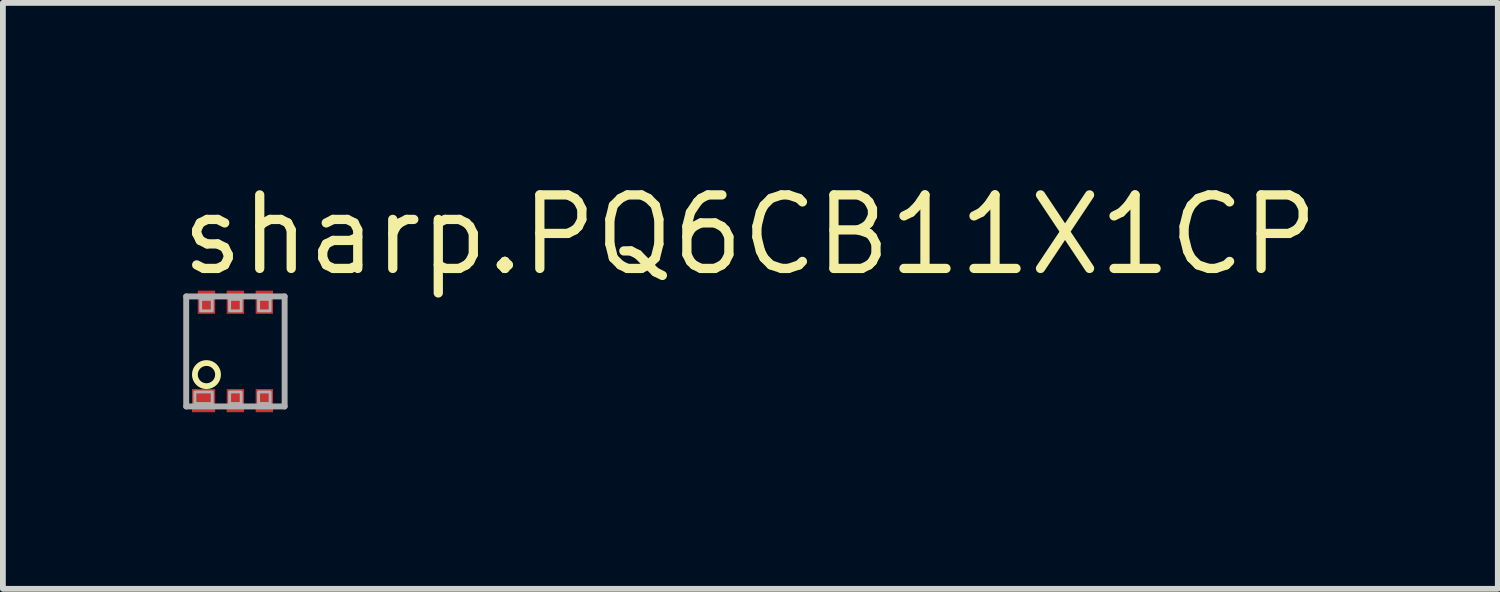
<source format=kicad_pcb>
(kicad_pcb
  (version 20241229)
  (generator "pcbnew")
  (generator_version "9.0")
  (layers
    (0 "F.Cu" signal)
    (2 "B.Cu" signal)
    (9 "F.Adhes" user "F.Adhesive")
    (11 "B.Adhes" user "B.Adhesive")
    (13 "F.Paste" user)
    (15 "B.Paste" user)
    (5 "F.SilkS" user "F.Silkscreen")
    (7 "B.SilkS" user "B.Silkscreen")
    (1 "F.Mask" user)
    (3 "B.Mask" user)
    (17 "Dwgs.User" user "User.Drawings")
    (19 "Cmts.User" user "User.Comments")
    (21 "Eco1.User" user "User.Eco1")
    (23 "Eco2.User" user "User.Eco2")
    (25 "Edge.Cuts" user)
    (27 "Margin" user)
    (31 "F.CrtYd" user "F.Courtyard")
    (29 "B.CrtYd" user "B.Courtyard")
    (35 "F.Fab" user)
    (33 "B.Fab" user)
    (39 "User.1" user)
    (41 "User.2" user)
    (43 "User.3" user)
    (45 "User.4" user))
  (footprint "sharp.PQ6CB11X1CP"
    (layer "F.Cu")
    (at 1.016 3.02)
    (property "Reference" "sharp.PQ6CB11X1CP" (at -1.016 -1.27 0) (layer "F.SilkS") (effects (font (size 1.27 1.27) (thickness 0.16)) (justify left bottom)))
    (attr smd)
    (fp_rect (start -0.775 1.075) (end -0.325 0.625) (stroke (width 0.05) (type default)) (fill yes) (layer "F.Mask"))
    (fp_rect (start -0.675 -0.625) (end -0.325 -1.075) (stroke (width 0.05) (type default)) (fill yes) (layer "F.Mask"))
    (fp_rect (start -0.175 -0.625) (end 0.175 -1.075) (stroke (width 0.05) (type default)) (fill yes) (layer "F.Mask"))
    (fp_rect (start -0.175 1.075) (end 0.175 0.625) (stroke (width 0.05) (type default)) (fill yes) (layer "F.Mask"))
    (fp_rect (start 0.325 -0.625) (end 0.675 -1.075) (stroke (width 0.05) (type default)) (fill yes) (layer "F.Mask"))
    (fp_rect (start 0.325 1.075) (end 0.675 0.625) (stroke (width 0.05) (type default)) (fill yes) (layer "F.Mask"))
    (fp_circle (center -0.5 0.4) (end -0.3 0.4) (stroke (width 0.1) (type default)) (fill no) (layer "F.SilkS"))
    (fp_rect (start -0.725 1.025) (end -0.375 0.675) (stroke (width 0.05) (type default)) (fill yes) (layer "F.Paste"))
    (fp_rect (start -0.625 -0.675) (end -0.375 -1.025) (stroke (width 0.05) (type default)) (fill yes) (layer "F.Paste"))
    (fp_rect (start -0.125 -0.675) (end 0.125 -1.025) (stroke (width 0.05) (type default)) (fill yes) (layer "F.Paste"))
    (fp_rect (start -0.125 1.025) (end 0.125 0.675) (stroke (width 0.05) (type default)) (fill yes) (layer "F.Paste"))
    (fp_rect (start 0.375 -0.675) (end 0.625 -1.025) (stroke (width 0.05) (type default)) (fill yes) (layer "F.Paste"))
    (fp_rect (start 0.375 1.025) (end 0.625 0.675) (stroke (width 0.05) (type default)) (fill yes) (layer "F.Paste"))
    (fp_line (start -0.85 -0.95) (end 0.85 -0.95) (stroke (width 0.102) (type default)) (layer "F.Fab"))
    (fp_line (start -0.85 0.95) (end -0.85 -0.95) (stroke (width 0.102) (type default)) (layer "F.Fab"))
    (fp_line (start 0.85 -0.95) (end 0.85 0.95) (stroke (width 0.102) (type default)) (layer "F.Fab"))
    (fp_line (start 0.85 0.95) (end -0.85 0.95) (stroke (width 0.102) (type default)) (layer "F.Fab"))
    (fp_rect (start -0.7 0.9) (end -0.4 0.7) (stroke (width 0.05) (type default)) (fill no) (layer "F.Fab"))
    (fp_rect (start -0.6 -0.7) (end -0.4 -0.9) (stroke (width 0.05) (type default)) (fill no) (layer "F.Fab"))
    (fp_rect (start -0.1 -0.7) (end 0.1 -0.9) (stroke (width 0.05) (type default)) (fill no) (layer "F.Fab"))
    (fp_rect (start -0.1 0.9) (end 0.1 0.7) (stroke (width 0.05) (type default)) (fill no) (layer "F.Fab"))
    (fp_rect (start 0.4 -0.7) (end 0.6 -0.9) (stroke (width 0.05) (type default)) (fill no) (layer "F.Fab"))
    (fp_rect (start 0.4 0.9) (end 0.6 0.7) (stroke (width 0.05) (type default)) (fill no) (layer "F.Fab"))
    (pad "1" smd roundrect (at -0.55 0.85 180) (size 0.4 0.4) (layers "F.Cu" "F.Mask" "F.Paste") (roundrect_rratio 0.01))
    (pad "2" smd roundrect (at 0 0.85 180) (size 0.3 0.4) (layers "F.Cu" "F.Mask" "F.Paste") (roundrect_rratio 0.01))
    (pad "3" smd roundrect (at 0.5 0.85 180) (size 0.3 0.4) (layers "F.Cu" "F.Mask" "F.Paste") (roundrect_rratio 0.01))
    (pad "4" smd roundrect (at 0.5 -0.85 180) (size 0.3 0.4) (layers "F.Cu" "F.Mask" "F.Paste") (roundrect_rratio 0.01))
    (pad "5" smd roundrect (at 0 -0.85 180) (size 0.3 0.4) (layers "F.Cu" "F.Mask" "F.Paste") (roundrect_rratio 0.01))
    (pad "6" smd roundrect (at -0.5 -0.85 180) (size 0.3 0.4) (layers "F.Cu" "F.Mask" "F.Paste") (roundrect_rratio 0.01)))
  (gr_rect
    (start -3 -3)
    (end 22.82 7.12)
    (stroke (width 0.1) (type default))
    (fill no)
    (layer "Edge.Cuts")))
</source>
